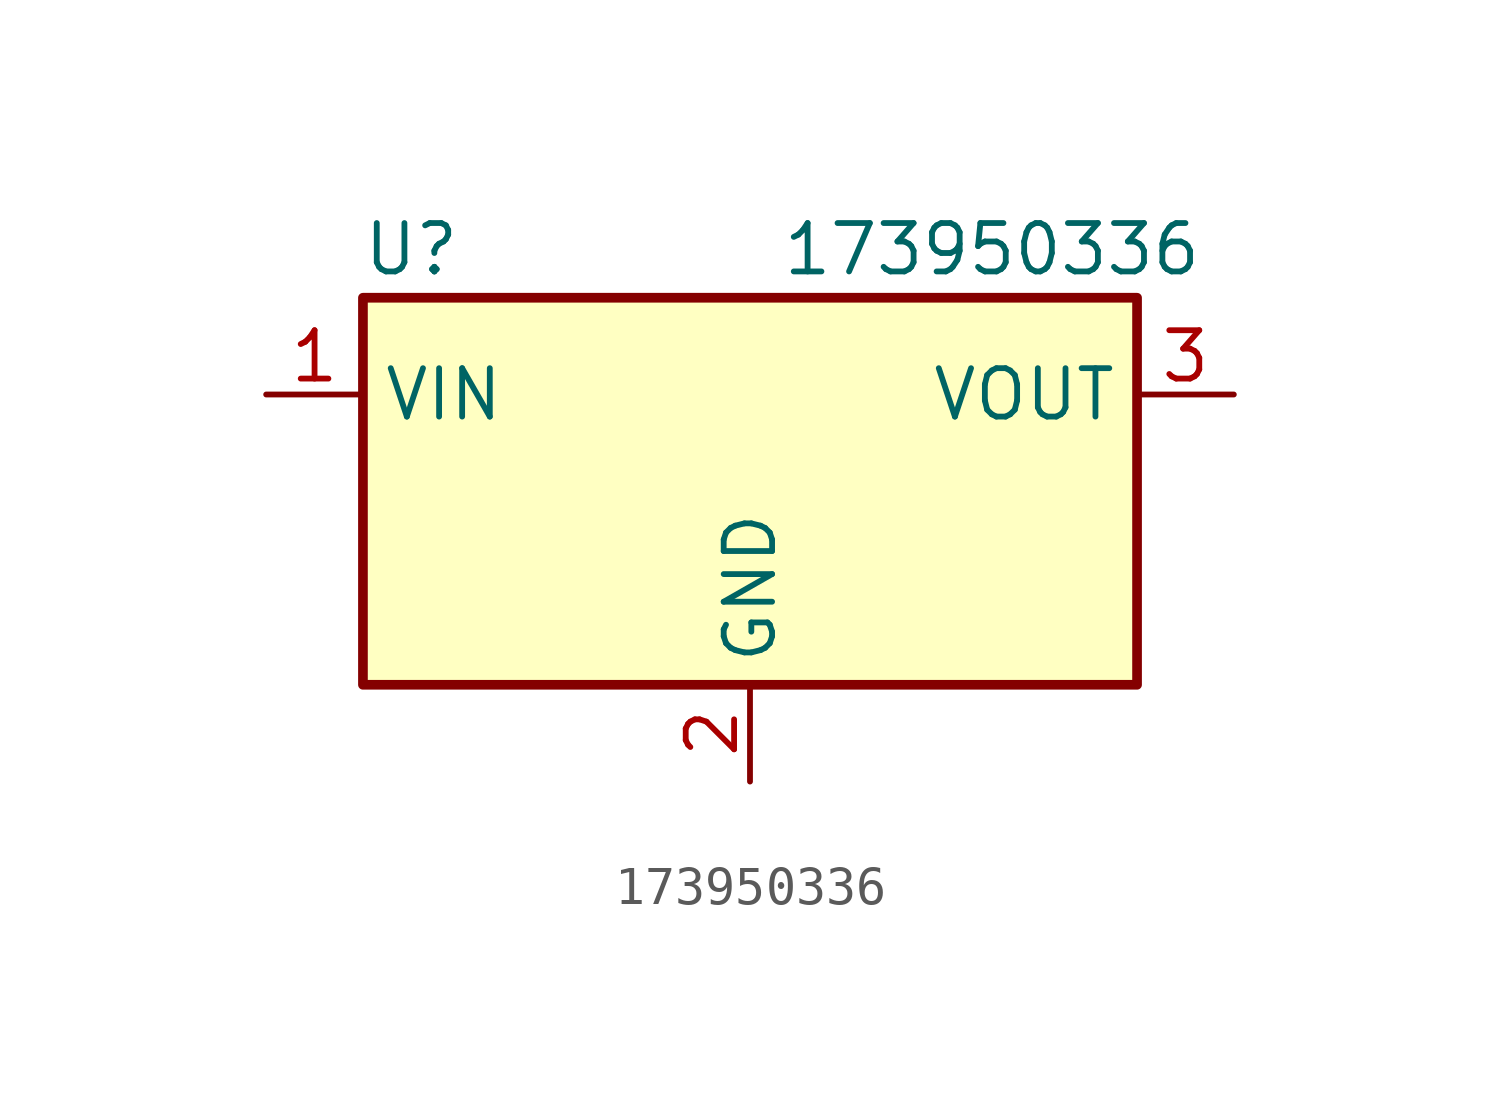
<source format=kicad_sym>
(kicad_symbol_lib
  (version 20220914)
  (generator kicad_symbol_editor)
  (symbol "173950336"
    (property "Reference" "U"
      (at -8.89 6.35 0)
      (effects (font (size 1.27 1.27))))
    (property "Value" "173950336"
      (at 6.35 6.35 0)
      (effects (font (size 1.27 1.27))))
    (symbol "173950336_0_1"
      (rectangle (start -10.16 5.08) (end 10.16 -5.08) (stroke (width 0.254) (type default)) (fill (type background))))
    (symbol "173950336_1_1"
      (pin power_in line (at -12.7 2.54 0) (length 2.54) (name "VIN" (effects (font (size 1.27 1.27)))) (number "1" (effects (font (size 1.27 1.27)))))
      (pin power_in line (at 0 -7.62 90) (length 2.54) (name "GND" (effects (font (size 1.27 1.27)))) (number "2" (effects (font (size 1.27 1.27)))))
      (pin power_out line (at 12.7 2.54 180) (length 2.54) (name "VOUT" (effects (font (size 1.27 1.27)))) (number "3" (effects (font (size 1.27 1.27))))))))
</source>
